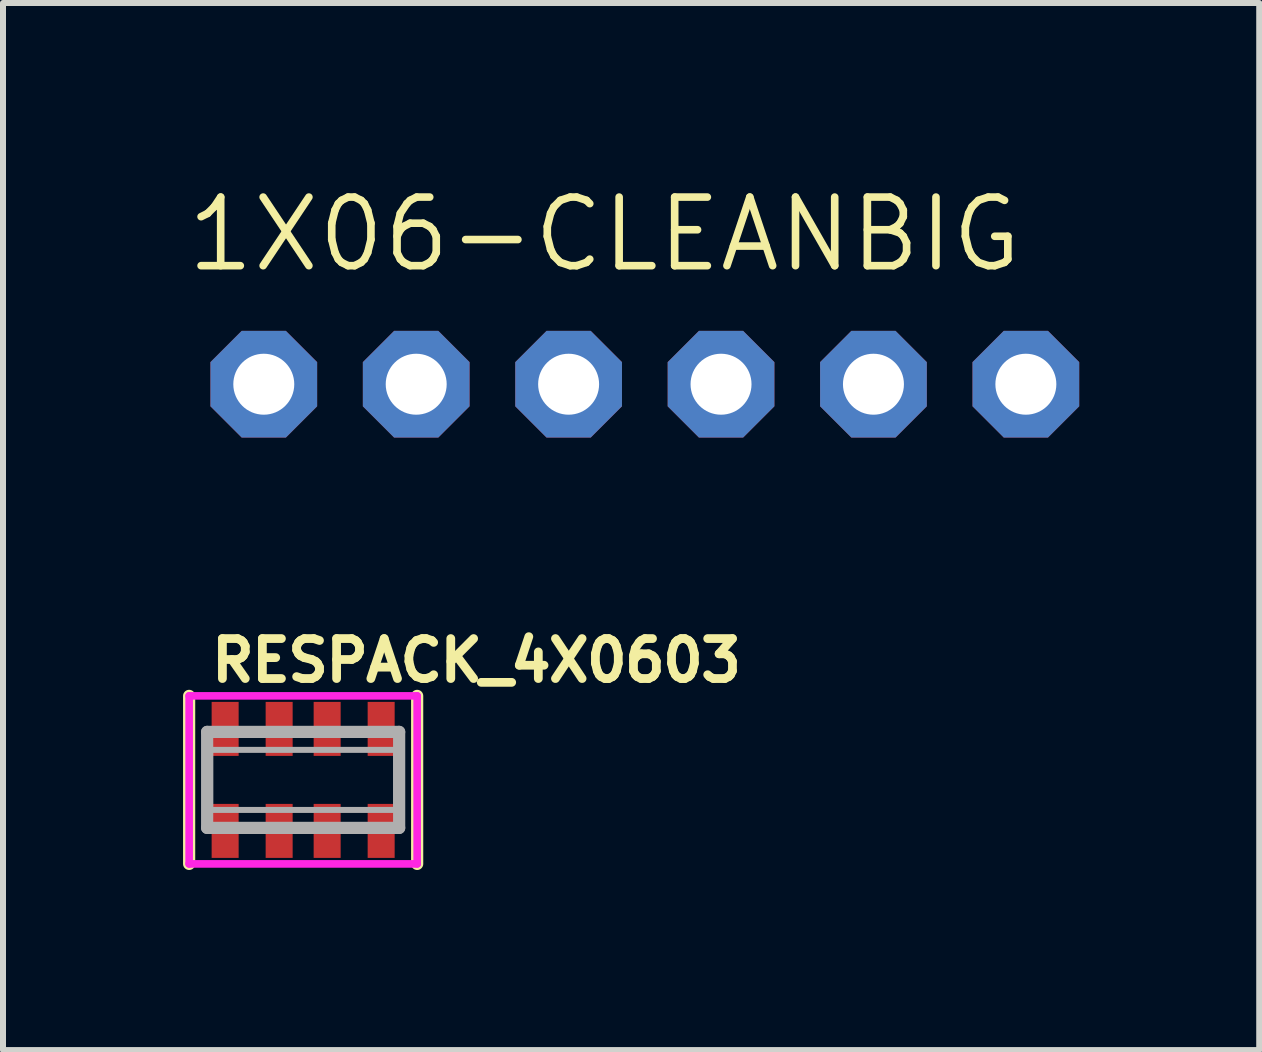
<source format=kicad_pcb>
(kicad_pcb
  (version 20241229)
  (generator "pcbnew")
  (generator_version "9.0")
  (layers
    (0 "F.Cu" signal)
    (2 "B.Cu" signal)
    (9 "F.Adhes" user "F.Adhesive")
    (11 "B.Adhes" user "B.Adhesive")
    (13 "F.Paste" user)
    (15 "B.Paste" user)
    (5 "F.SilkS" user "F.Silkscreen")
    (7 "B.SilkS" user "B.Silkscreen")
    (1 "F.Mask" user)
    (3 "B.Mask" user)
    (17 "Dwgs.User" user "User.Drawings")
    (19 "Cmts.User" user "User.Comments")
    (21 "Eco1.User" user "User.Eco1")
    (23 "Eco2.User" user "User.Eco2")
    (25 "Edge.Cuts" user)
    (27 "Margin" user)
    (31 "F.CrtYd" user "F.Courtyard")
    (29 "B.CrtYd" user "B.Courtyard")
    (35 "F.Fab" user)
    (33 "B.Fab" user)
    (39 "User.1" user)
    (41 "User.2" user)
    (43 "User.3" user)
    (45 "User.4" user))
  (footprint "1X06-CLEANBIG"
    (layer "F.Cu")
    (at 7.696 3.353)
    (property "Reference" "1X06-CLEANBIG" (at -7.696 -1.829 0) (layer "F.SilkS") (effects (font (size 1.143 1.143) (thickness 0.127)) (justify left bottom)))
    (fp_poly (pts (xy -6.604 0.254) (xy -6.096 0.254) (xy -6.096 -0.254) (xy -6.604 -0.254)) (stroke (width 0.1) (type default)) (fill no) (layer "F.Fab"))
    (fp_poly (pts (xy -4.064 0.254) (xy -3.556 0.254) (xy -3.556 -0.254) (xy -4.064 -0.254)) (stroke (width 0.1) (type default)) (fill no) (layer "F.Fab"))
    (fp_poly (pts (xy -1.524 0.254) (xy -1.016 0.254) (xy -1.016 -0.254) (xy -1.524 -0.254)) (stroke (width 0.1) (type default)) (fill no) (layer "F.Fab"))
    (fp_poly (pts (xy 1.016 0.254) (xy 1.524 0.254) (xy 1.524 -0.254) (xy 1.016 -0.254)) (stroke (width 0.1) (type default)) (fill no) (layer "F.Fab"))
    (fp_poly (pts (xy 3.556 0.254) (xy 4.064 0.254) (xy 4.064 -0.254) (xy 3.556 -0.254)) (stroke (width 0.1) (type default)) (fill no) (layer "F.Fab"))
    (fp_poly (pts (xy 6.096 0.254) (xy 6.604 0.254) (xy 6.604 -0.254) (xy 6.096 -0.254)) (stroke (width 0.1) (type default)) (fill no) (layer "F.Fab"))
    (pad "1" thru_hole roundrect (at -6.35 0 90) (size 1.778 1.778) (drill 1.016) (layers "*.Cu" "*.Mask") (roundrect_rratio 0.25) (chamfer_ratio 0.293) (chamfer top_left top_right bottom_left bottom_right))
    (pad "2" thru_hole roundrect (at -3.81 0 90) (size 1.778 1.778) (drill 1.016) (layers "*.Cu" "*.Mask") (roundrect_rratio 0.25) (chamfer_ratio 0.293) (chamfer top_left top_right bottom_left bottom_right))
    (pad "3" thru_hole roundrect (at -1.27 0 90) (size 1.778 1.778) (drill 1.016) (layers "*.Cu" "*.Mask") (roundrect_rratio 0.25) (chamfer_ratio 0.293) (chamfer top_left top_right bottom_left bottom_right))
    (pad "4" thru_hole roundrect (at 1.27 0 90) (size 1.778 1.778) (drill 1.016) (layers "*.Cu" "*.Mask") (roundrect_rratio 0.25) (chamfer_ratio 0.293) (chamfer top_left top_right bottom_left bottom_right))
    (pad "5" thru_hole roundrect (at 3.81 0 90) (size 1.778 1.778) (drill 1.016) (layers "*.Cu" "*.Mask") (roundrect_rratio 0.25) (chamfer_ratio 0.293) (chamfer top_left top_right bottom_left bottom_right))
    (pad "6" thru_hole roundrect (at 6.35 0 90) (size 1.778 1.778) (drill 1.016) (layers "*.Cu" "*.Mask") (roundrect_rratio 0.25) (chamfer_ratio 0.293) (chamfer top_left top_right bottom_left bottom_right)))
  (footprint "RESPACK_4X0603"
    (layer "F.Cu")
    (at 2.002 9.947)
    (property "Reference" "RESPACK_4X0603" (at -1.6 -1.6 0) (layer "F.SilkS") (effects (font (size 0.666 0.666) (thickness 0.146)) (justify left bottom)))
    (fp_line (start -1.9 1.4) (end -1.9 -1.4) (stroke (width 0.203) (type solid)) (layer "F.SilkS"))
    (fp_line (start 1.9 -1.4) (end 1.9 1.4) (stroke (width 0.203) (type solid)) (layer "F.SilkS"))
    (fp_line (start -1.9 -1.4) (end 1.9 -1.4) (stroke (width 0.127) (type solid)) (layer "F.CrtYd"))
    (fp_line (start -1.9 1.4) (end -1.9 -1.4) (stroke (width 0.127) (type solid)) (layer "F.CrtYd"))
    (fp_line (start -1.9 1.4) (end 1.9 1.4) (stroke (width 0.127) (type solid)) (layer "F.CrtYd"))
    (fp_line (start 1.9 -1.4) (end 1.9 1.4) (stroke (width 0.127) (type solid)) (layer "F.CrtYd"))
    (fp_line (start -1.6 -0.8) (end 1.6 -0.8) (stroke (width 0.203) (type solid)) (layer "F.Fab"))
    (fp_line (start -1.6 0.8) (end -1.6 -0.8) (stroke (width 0.203) (type solid)) (layer "F.Fab"))
    (fp_line (start 1.6 -0.8) (end 1.6 0.8) (stroke (width 0.203) (type solid)) (layer "F.Fab"))
    (fp_line (start 1.6 0.8) (end -1.6 0.8) (stroke (width 0.203) (type solid)) (layer "F.Fab"))
    (fp_poly (pts (xy -1.55 0.5) (xy 1.55 0.5) (xy 1.55 -0.5) (xy -1.55 -0.5)) (stroke (width 0.1) (type default)) (fill no) (layer "F.Fab"))
    (pad "1" smd rect (at -1.3 0.85) (size 0.45 0.9) (layers "F.Cu" "F.Mask" "F.Paste"))
    (pad "2" smd rect (at -0.4 0.85) (size 0.45 0.9) (layers "F.Cu" "F.Mask" "F.Paste"))
    (pad "3" smd rect (at 0.4 0.85) (size 0.45 0.9) (layers "F.Cu" "F.Mask" "F.Paste"))
    (pad "4" smd rect (at 1.3 0.85) (size 0.45 0.9) (layers "F.Cu" "F.Mask" "F.Paste"))
    (pad "5" smd rect (at 1.3 -0.85) (size 0.45 0.9) (layers "F.Cu" "F.Mask" "F.Paste"))
    (pad "6" smd rect (at 0.4 -0.85) (size 0.45 0.9) (layers "F.Cu" "F.Mask" "F.Paste"))
    (pad "7" smd rect (at -0.4 -0.85) (size 0.45 0.9) (layers "F.Cu" "F.Mask" "F.Paste"))
    (pad "8" smd rect (at -1.3 -0.85) (size 0.45 0.9) (layers "F.Cu" "F.Mask" "F.Paste")))
  (gr_rect
    (start -3 -3)
    (end 17.935 14.449)
    (stroke (width 0.1) (type default))
    (fill no)
    (layer "Edge.Cuts")))
</source>
